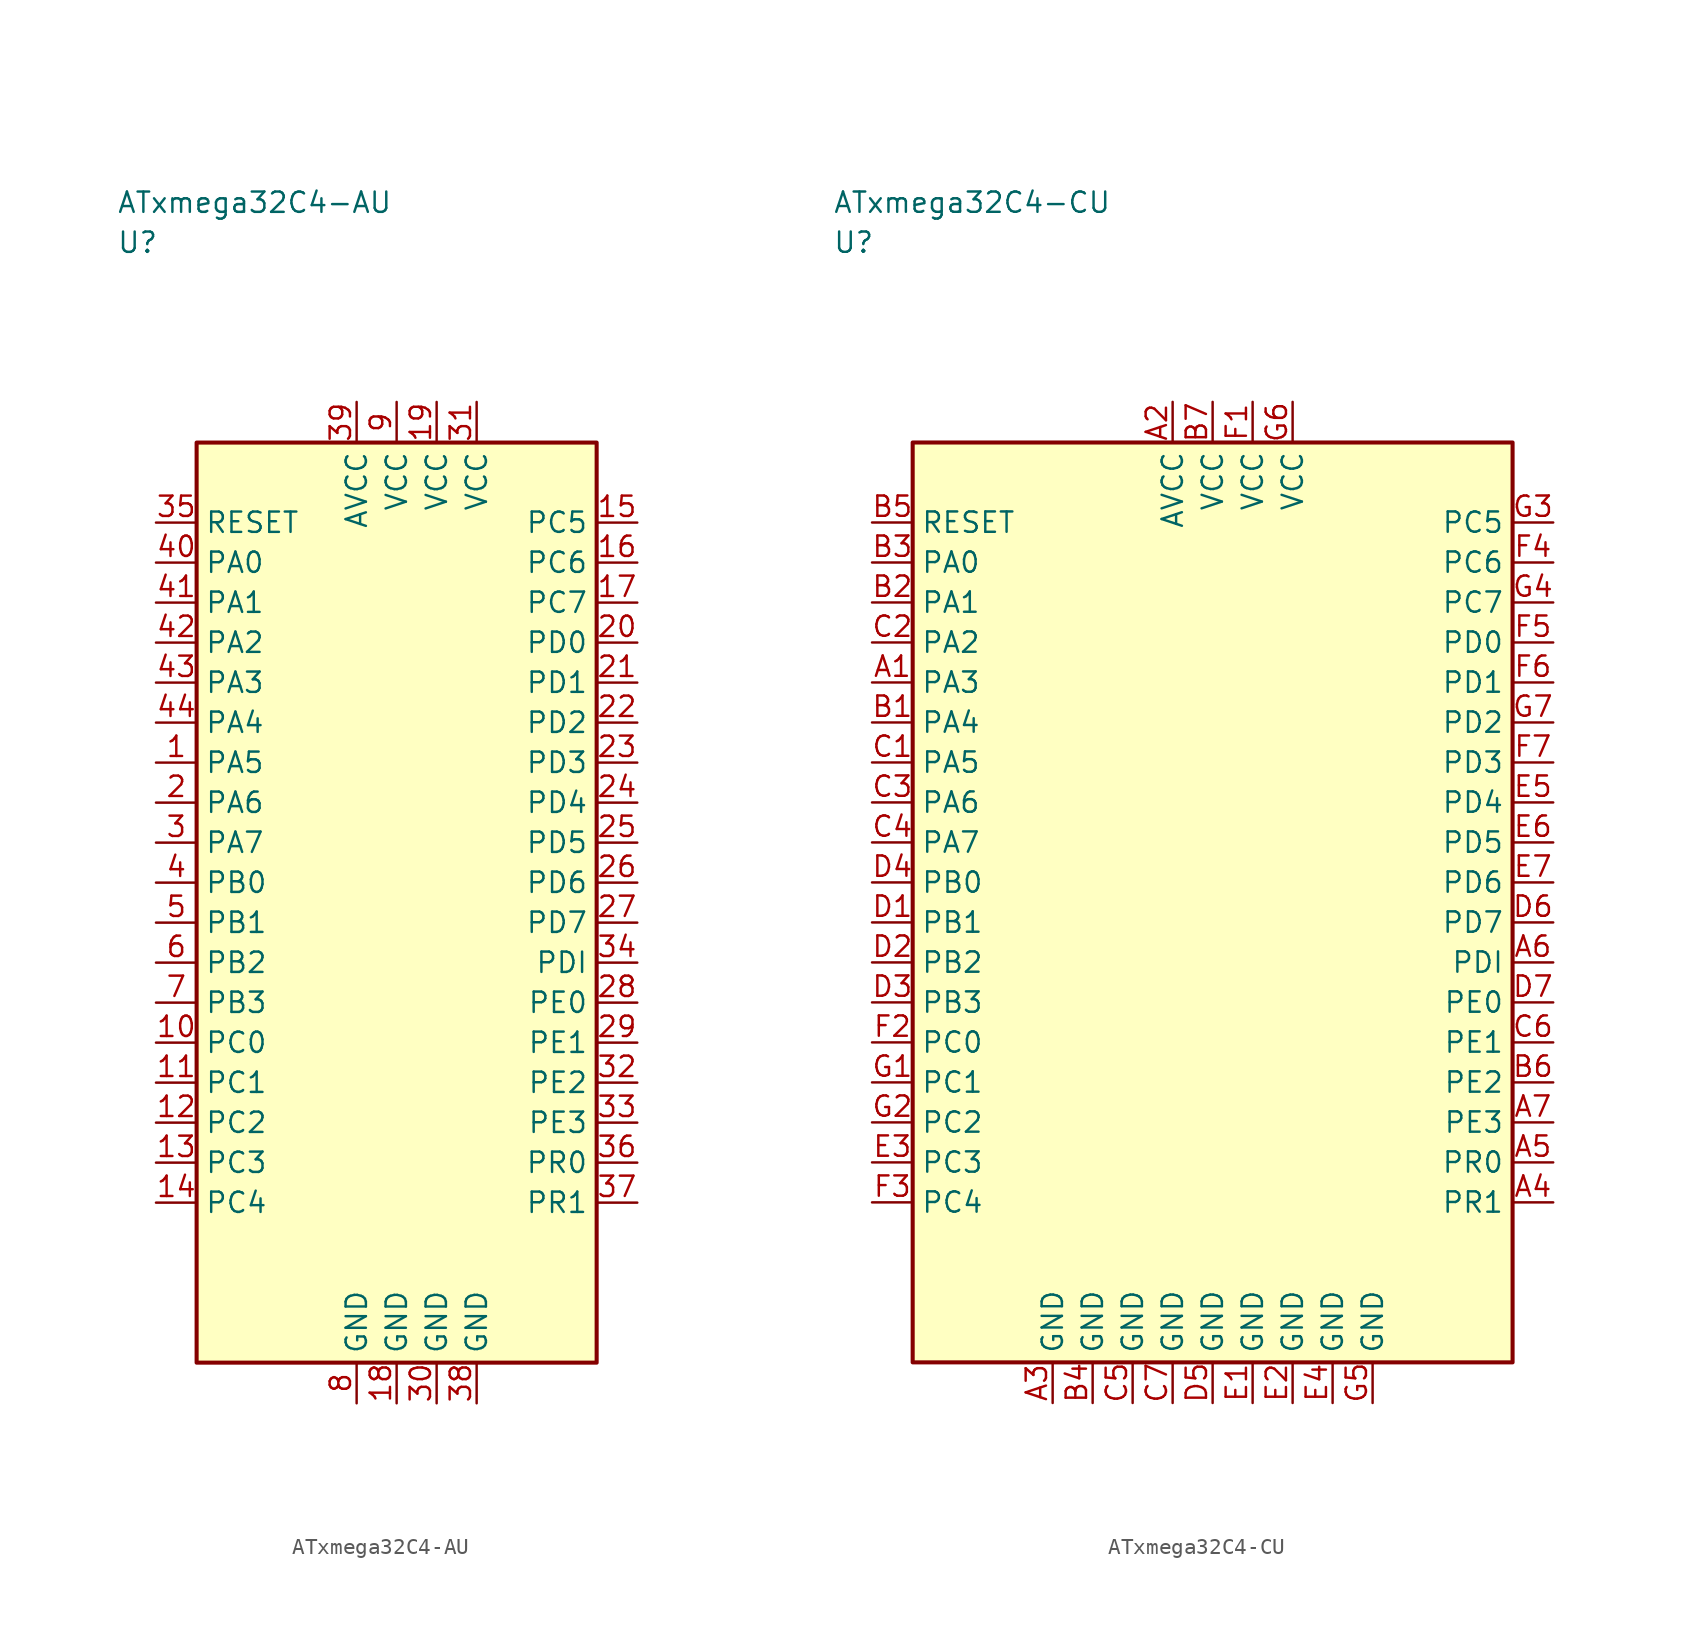
<source format=kicad_sym>
(kicad_symbol_lib
  (version 20241025)
  (generator "kicad_symbol_editor")
  (generator_version "8.0")
  (symbol "ATxmega32C4-AU"
    (property "Reference" "U"
      (at -17.5 41.25 0)
      (effects (font (size 1.27 1.27)) (justify left)))
    (property "Value" "ATxmega32C4-AU"
      (at -17.5 43.75 0)
      (effects (font (size 1.27 1.27)) (justify left)))
    (symbol "ATxmega32C4-AU_0_1"
      (rectangle (start -12.5 28.75) (end 12.5 -28.75) (stroke (width 0.254) (type default)) (fill (type background))))
    (symbol "ATxmega32C4-AU_1_1"
      (pin bidirectional line (at -15.04 8.75 0.0) (length 2.54) (name "PA5" (effects (font (size 1.27 1.27)))) (number "1" (effects (font (size 1.27 1.27)))))
      (pin bidirectional line (at -15.04 6.25 0.0) (length 2.54) (name "PA6" (effects (font (size 1.27 1.27)))) (number "2" (effects (font (size 1.27 1.27)))))
      (pin bidirectional line (at -15.04 3.75 0.0) (length 2.54) (name "PA7" (effects (font (size 1.27 1.27)))) (number "3" (effects (font (size 1.27 1.27)))))
      (pin bidirectional line (at -15.04 1.25 0.0) (length 2.54) (name "PB0" (effects (font (size 1.27 1.27)))) (number "4" (effects (font (size 1.27 1.27)))))
      (pin bidirectional line (at -15.04 -1.25 0.0) (length 2.54) (name "PB1" (effects (font (size 1.27 1.27)))) (number "5" (effects (font (size 1.27 1.27)))))
      (pin bidirectional line (at -15.04 -3.75 0.0) (length 2.54) (name "PB2" (effects (font (size 1.27 1.27)))) (number "6" (effects (font (size 1.27 1.27)))))
      (pin bidirectional line (at -15.04 -6.25 0.0) (length 2.54) (name "PB3" (effects (font (size 1.27 1.27)))) (number "7" (effects (font (size 1.27 1.27)))))
      (pin passive line (at -2.5 -31.29 90.0) (length 2.54) (name "GND" (effects (font (size 1.27 1.27)))) (number "8" (effects (font (size 1.27 1.27)))))
      (pin power_in line (at 0.0 31.29 270.0) (length 2.54) (name "VCC" (effects (font (size 1.27 1.27)))) (number "9" (effects (font (size 1.27 1.27)))))
      (pin bidirectional line (at -15.04 -8.75 0.0) (length 2.54) (name "PC0" (effects (font (size 1.27 1.27)))) (number "10" (effects (font (size 1.27 1.27)))))
      (pin bidirectional line (at -15.04 -11.25 0.0) (length 2.54) (name "PC1" (effects (font (size 1.27 1.27)))) (number "11" (effects (font (size 1.27 1.27)))))
      (pin bidirectional line (at -15.04 -13.75 0.0) (length 2.54) (name "PC2" (effects (font (size 1.27 1.27)))) (number "12" (effects (font (size 1.27 1.27)))))
      (pin bidirectional line (at -15.04 -16.25 0.0) (length 2.54) (name "PC3" (effects (font (size 1.27 1.27)))) (number "13" (effects (font (size 1.27 1.27)))))
      (pin bidirectional line (at -15.04 -18.75 0.0) (length 2.54) (name "PC4" (effects (font (size 1.27 1.27)))) (number "14" (effects (font (size 1.27 1.27)))))
      (pin bidirectional line (at 15.04 23.75 180.0) (length 2.54) (name "PC5" (effects (font (size 1.27 1.27)))) (number "15" (effects (font (size 1.27 1.27)))))
      (pin bidirectional line (at 15.04 21.25 180.0) (length 2.54) (name "PC6" (effects (font (size 1.27 1.27)))) (number "16" (effects (font (size 1.27 1.27)))))
      (pin bidirectional line (at 15.04 18.75 180.0) (length 2.54) (name "PC7" (effects (font (size 1.27 1.27)))) (number "17" (effects (font (size 1.27 1.27)))))
      (pin passive line (at 0.0 -31.29 90.0) (length 2.54) (name "GND" (effects (font (size 1.27 1.27)))) (number "18" (effects (font (size 1.27 1.27)))))
      (pin power_in line (at 2.5 31.29 270.0) (length 2.54) (name "VCC" (effects (font (size 1.27 1.27)))) (number "19" (effects (font (size 1.27 1.27)))))
      (pin bidirectional line (at 15.04 16.25 180.0) (length 2.54) (name "PD0" (effects (font (size 1.27 1.27)))) (number "20" (effects (font (size 1.27 1.27)))))
      (pin bidirectional line (at 15.04 13.75 180.0) (length 2.54) (name "PD1" (effects (font (size 1.27 1.27)))) (number "21" (effects (font (size 1.27 1.27)))))
      (pin bidirectional line (at 15.04 11.25 180.0) (length 2.54) (name "PD2" (effects (font (size 1.27 1.27)))) (number "22" (effects (font (size 1.27 1.27)))))
      (pin bidirectional line (at 15.04 8.75 180.0) (length 2.54) (name "PD3" (effects (font (size 1.27 1.27)))) (number "23" (effects (font (size 1.27 1.27)))))
      (pin bidirectional line (at 15.04 6.25 180.0) (length 2.54) (name "PD4" (effects (font (size 1.27 1.27)))) (number "24" (effects (font (size 1.27 1.27)))))
      (pin bidirectional line (at 15.04 3.75 180.0) (length 2.54) (name "PD5" (effects (font (size 1.27 1.27)))) (number "25" (effects (font (size 1.27 1.27)))))
      (pin bidirectional line (at 15.04 1.25 180.0) (length 2.54) (name "PD6" (effects (font (size 1.27 1.27)))) (number "26" (effects (font (size 1.27 1.27)))))
      (pin bidirectional line (at 15.04 -1.25 180.0) (length 2.54) (name "PD7" (effects (font (size 1.27 1.27)))) (number "27" (effects (font (size 1.27 1.27)))))
      (pin bidirectional line (at 15.04 -6.25 180.0) (length 2.54) (name "PE0" (effects (font (size 1.27 1.27)))) (number "28" (effects (font (size 1.27 1.27)))))
      (pin bidirectional line (at 15.04 -8.75 180.0) (length 2.54) (name "PE1" (effects (font (size 1.27 1.27)))) (number "29" (effects (font (size 1.27 1.27)))))
      (pin passive line (at 2.5 -31.29 90.0) (length 2.54) (name "GND" (effects (font (size 1.27 1.27)))) (number "30" (effects (font (size 1.27 1.27)))))
      (pin power_in line (at 5.0 31.29 270.0) (length 2.54) (name "VCC" (effects (font (size 1.27 1.27)))) (number "31" (effects (font (size 1.27 1.27)))))
      (pin bidirectional line (at 15.04 -11.25 180.0) (length 2.54) (name "PE2" (effects (font (size 1.27 1.27)))) (number "32" (effects (font (size 1.27 1.27)))))
      (pin bidirectional line (at 15.04 -13.75 180.0) (length 2.54) (name "PE3" (effects (font (size 1.27 1.27)))) (number "33" (effects (font (size 1.27 1.27)))))
      (pin bidirectional line (at 15.04 -3.75 180.0) (length 2.54) (name "PDI" (effects (font (size 1.27 1.27)))) (number "34" (effects (font (size 1.27 1.27)))))
      (pin input line (at -15.04 23.75 0.0) (length 2.54) (name "RESET" (effects (font (size 1.27 1.27)))) (number "35" (effects (font (size 1.27 1.27)))))
      (pin bidirectional line (at 15.04 -16.25 180.0) (length 2.54) (name "PR0" (effects (font (size 1.27 1.27)))) (number "36" (effects (font (size 1.27 1.27)))))
      (pin bidirectional line (at 15.04 -18.75 180.0) (length 2.54) (name "PR1" (effects (font (size 1.27 1.27)))) (number "37" (effects (font (size 1.27 1.27)))))
      (pin passive line (at 5.0 -31.29 90.0) (length 2.54) (name "GND" (effects (font (size 1.27 1.27)))) (number "38" (effects (font (size 1.27 1.27)))))
      (pin power_in line (at -2.5 31.29 270.0) (length 2.54) (name "AVCC" (effects (font (size 1.27 1.27)))) (number "39" (effects (font (size 1.27 1.27)))))
      (pin bidirectional line (at -15.04 21.25 0.0) (length 2.54) (name "PA0" (effects (font (size 1.27 1.27)))) (number "40" (effects (font (size 1.27 1.27)))))
      (pin bidirectional line (at -15.04 18.75 0.0) (length 2.54) (name "PA1" (effects (font (size 1.27 1.27)))) (number "41" (effects (font (size 1.27 1.27)))))
      (pin bidirectional line (at -15.04 16.25 0.0) (length 2.54) (name "PA2" (effects (font (size 1.27 1.27)))) (number "42" (effects (font (size 1.27 1.27)))))
      (pin bidirectional line (at -15.04 13.75 0.0) (length 2.54) (name "PA3" (effects (font (size 1.27 1.27)))) (number "43" (effects (font (size 1.27 1.27)))))
      (pin bidirectional line (at -15.04 11.25 0.0) (length 2.54) (name "PA4" (effects (font (size 1.27 1.27)))) (number "44" (effects (font (size 1.27 1.27)))))))
  (symbol "ATxmega32C4-CU"
    (property "Reference" "U"
      (at -23.75 41.25 0)
      (effects (font (size 1.27 1.27)) (justify left)))
    (property "Value" "ATxmega32C4-CU"
      (at -23.75 43.75 0)
      (effects (font (size 1.27 1.27)) (justify left)))
    (symbol "ATxmega32C4-CU_0_1"
      (rectangle (start -18.75 28.75) (end 18.75 -28.75) (stroke (width 0.254) (type default)) (fill (type background))))
    (symbol "ATxmega32C4-CU_1_1"
      (pin bidirectional line (at -21.29 13.75 0.0) (length 2.54) (name "PA3" (effects (font (size 1.27 1.27)))) (number "A1" (effects (font (size 1.27 1.27)))))
      (pin power_in line (at -2.5 31.29 270.0) (length 2.54) (name "AVCC" (effects (font (size 1.27 1.27)))) (number "A2" (effects (font (size 1.27 1.27)))))
      (pin passive line (at -10.0 -31.29 90.0) (length 2.54) (name "GND" (effects (font (size 1.27 1.27)))) (number "A3" (effects (font (size 1.27 1.27)))))
      (pin bidirectional line (at 21.29 -18.75 180.0) (length 2.54) (name "PR1" (effects (font (size 1.27 1.27)))) (number "A4" (effects (font (size 1.27 1.27)))))
      (pin bidirectional line (at 21.29 -16.25 180.0) (length 2.54) (name "PR0" (effects (font (size 1.27 1.27)))) (number "A5" (effects (font (size 1.27 1.27)))))
      (pin bidirectional line (at 21.29 -3.75 180.0) (length 2.54) (name "PDI" (effects (font (size 1.27 1.27)))) (number "A6" (effects (font (size 1.27 1.27)))))
      (pin bidirectional line (at 21.29 -13.75 180.0) (length 2.54) (name "PE3" (effects (font (size 1.27 1.27)))) (number "A7" (effects (font (size 1.27 1.27)))))
      (pin bidirectional line (at -21.29 11.25 0.0) (length 2.54) (name "PA4" (effects (font (size 1.27 1.27)))) (number "B1" (effects (font (size 1.27 1.27)))))
      (pin bidirectional line (at -21.29 18.75 0.0) (length 2.54) (name "PA1" (effects (font (size 1.27 1.27)))) (number "B2" (effects (font (size 1.27 1.27)))))
      (pin bidirectional line (at -21.29 21.25 0.0) (length 2.54) (name "PA0" (effects (font (size 1.27 1.27)))) (number "B3" (effects (font (size 1.27 1.27)))))
      (pin passive line (at -7.5 -31.29 90.0) (length 2.54) (name "GND" (effects (font (size 1.27 1.27)))) (number "B4" (effects (font (size 1.27 1.27)))))
      (pin input line (at -21.29 23.75 0.0) (length 2.54) (name "RESET" (effects (font (size 1.27 1.27)))) (number "B5" (effects (font (size 1.27 1.27)))))
      (pin bidirectional line (at 21.29 -11.25 180.0) (length 2.54) (name "PE2" (effects (font (size 1.27 1.27)))) (number "B6" (effects (font (size 1.27 1.27)))))
      (pin power_in line (at 0.0 31.29 270.0) (length 2.54) (name "VCC" (effects (font (size 1.27 1.27)))) (number "B7" (effects (font (size 1.27 1.27)))))
      (pin bidirectional line (at -21.29 8.75 0.0) (length 2.54) (name "PA5" (effects (font (size 1.27 1.27)))) (number "C1" (effects (font (size 1.27 1.27)))))
      (pin bidirectional line (at -21.29 16.25 0.0) (length 2.54) (name "PA2" (effects (font (size 1.27 1.27)))) (number "C2" (effects (font (size 1.27 1.27)))))
      (pin bidirectional line (at -21.29 6.25 0.0) (length 2.54) (name "PA6" (effects (font (size 1.27 1.27)))) (number "C3" (effects (font (size 1.27 1.27)))))
      (pin bidirectional line (at -21.29 3.75 0.0) (length 2.54) (name "PA7" (effects (font (size 1.27 1.27)))) (number "C4" (effects (font (size 1.27 1.27)))))
      (pin passive line (at -5.0 -31.29 90.0) (length 2.54) (name "GND" (effects (font (size 1.27 1.27)))) (number "C5" (effects (font (size 1.27 1.27)))))
      (pin bidirectional line (at 21.29 -8.75 180.0) (length 2.54) (name "PE1" (effects (font (size 1.27 1.27)))) (number "C6" (effects (font (size 1.27 1.27)))))
      (pin passive line (at -2.5 -31.29 90.0) (length 2.54) (name "GND" (effects (font (size 1.27 1.27)))) (number "C7" (effects (font (size 1.27 1.27)))))
      (pin bidirectional line (at -21.29 -1.25 0.0) (length 2.54) (name "PB1" (effects (font (size 1.27 1.27)))) (number "D1" (effects (font (size 1.27 1.27)))))
      (pin bidirectional line (at -21.29 -3.75 0.0) (length 2.54) (name "PB2" (effects (font (size 1.27 1.27)))) (number "D2" (effects (font (size 1.27 1.27)))))
      (pin bidirectional line (at -21.29 -6.25 0.0) (length 2.54) (name "PB3" (effects (font (size 1.27 1.27)))) (number "D3" (effects (font (size 1.27 1.27)))))
      (pin bidirectional line (at -21.29 1.25 0.0) (length 2.54) (name "PB0" (effects (font (size 1.27 1.27)))) (number "D4" (effects (font (size 1.27 1.27)))))
      (pin passive line (at 0.0 -31.29 90.0) (length 2.54) (name "GND" (effects (font (size 1.27 1.27)))) (number "D5" (effects (font (size 1.27 1.27)))))
      (pin bidirectional line (at 21.29 -1.25 180.0) (length 2.54) (name "PD7" (effects (font (size 1.27 1.27)))) (number "D6" (effects (font (size 1.27 1.27)))))
      (pin bidirectional line (at 21.29 -6.25 180.0) (length 2.54) (name "PE0" (effects (font (size 1.27 1.27)))) (number "D7" (effects (font (size 1.27 1.27)))))
      (pin passive line (at 2.5 -31.29 90.0) (length 2.54) (name "GND" (effects (font (size 1.27 1.27)))) (number "E1" (effects (font (size 1.27 1.27)))))
      (pin passive line (at 5.0 -31.29 90.0) (length 2.54) (name "GND" (effects (font (size 1.27 1.27)))) (number "E2" (effects (font (size 1.27 1.27)))))
      (pin bidirectional line (at -21.29 -16.25 0.0) (length 2.54) (name "PC3" (effects (font (size 1.27 1.27)))) (number "E3" (effects (font (size 1.27 1.27)))))
      (pin passive line (at 7.5 -31.29 90.0) (length 2.54) (name "GND" (effects (font (size 1.27 1.27)))) (number "E4" (effects (font (size 1.27 1.27)))))
      (pin bidirectional line (at 21.29 6.25 180.0) (length 2.54) (name "PD4" (effects (font (size 1.27 1.27)))) (number "E5" (effects (font (size 1.27 1.27)))))
      (pin bidirectional line (at 21.29 3.75 180.0) (length 2.54) (name "PD5" (effects (font (size 1.27 1.27)))) (number "E6" (effects (font (size 1.27 1.27)))))
      (pin bidirectional line (at 21.29 1.25 180.0) (length 2.54) (name "PD6" (effects (font (size 1.27 1.27)))) (number "E7" (effects (font (size 1.27 1.27)))))
      (pin power_in line (at 2.5 31.29 270.0) (length 2.54) (name "VCC" (effects (font (size 1.27 1.27)))) (number "F1" (effects (font (size 1.27 1.27)))))
      (pin bidirectional line (at -21.29 -8.75 0.0) (length 2.54) (name "PC0" (effects (font (size 1.27 1.27)))) (number "F2" (effects (font (size 1.27 1.27)))))
      (pin bidirectional line (at -21.29 -18.75 0.0) (length 2.54) (name "PC4" (effects (font (size 1.27 1.27)))) (number "F3" (effects (font (size 1.27 1.27)))))
      (pin bidirectional line (at 21.29 21.25 180.0) (length 2.54) (name "PC6" (effects (font (size 1.27 1.27)))) (number "F4" (effects (font (size 1.27 1.27)))))
      (pin bidirectional line (at 21.29 16.25 180.0) (length 2.54) (name "PD0" (effects (font (size 1.27 1.27)))) (number "F5" (effects (font (size 1.27 1.27)))))
      (pin bidirectional line (at 21.29 13.75 180.0) (length 2.54) (name "PD1" (effects (font (size 1.27 1.27)))) (number "F6" (effects (font (size 1.27 1.27)))))
      (pin bidirectional line (at 21.29 8.75 180.0) (length 2.54) (name "PD3" (effects (font (size 1.27 1.27)))) (number "F7" (effects (font (size 1.27 1.27)))))
      (pin bidirectional line (at -21.29 -11.25 0.0) (length 2.54) (name "PC1" (effects (font (size 1.27 1.27)))) (number "G1" (effects (font (size 1.27 1.27)))))
      (pin bidirectional line (at -21.29 -13.75 0.0) (length 2.54) (name "PC2" (effects (font (size 1.27 1.27)))) (number "G2" (effects (font (size 1.27 1.27)))))
      (pin bidirectional line (at 21.29 23.75 180.0) (length 2.54) (name "PC5" (effects (font (size 1.27 1.27)))) (number "G3" (effects (font (size 1.27 1.27)))))
      (pin bidirectional line (at 21.29 18.75 180.0) (length 2.54) (name "PC7" (effects (font (size 1.27 1.27)))) (number "G4" (effects (font (size 1.27 1.27)))))
      (pin passive line (at 10.0 -31.29 90.0) (length 2.54) (name "GND" (effects (font (size 1.27 1.27)))) (number "G5" (effects (font (size 1.27 1.27)))))
      (pin power_in line (at 5.0 31.29 270.0) (length 2.54) (name "VCC" (effects (font (size 1.27 1.27)))) (number "G6" (effects (font (size 1.27 1.27)))))
      (pin bidirectional line (at 21.29 11.25 180.0) (length 2.54) (name "PD2" (effects (font (size 1.27 1.27)))) (number "G7" (effects (font (size 1.27 1.27))))))))
</source>
